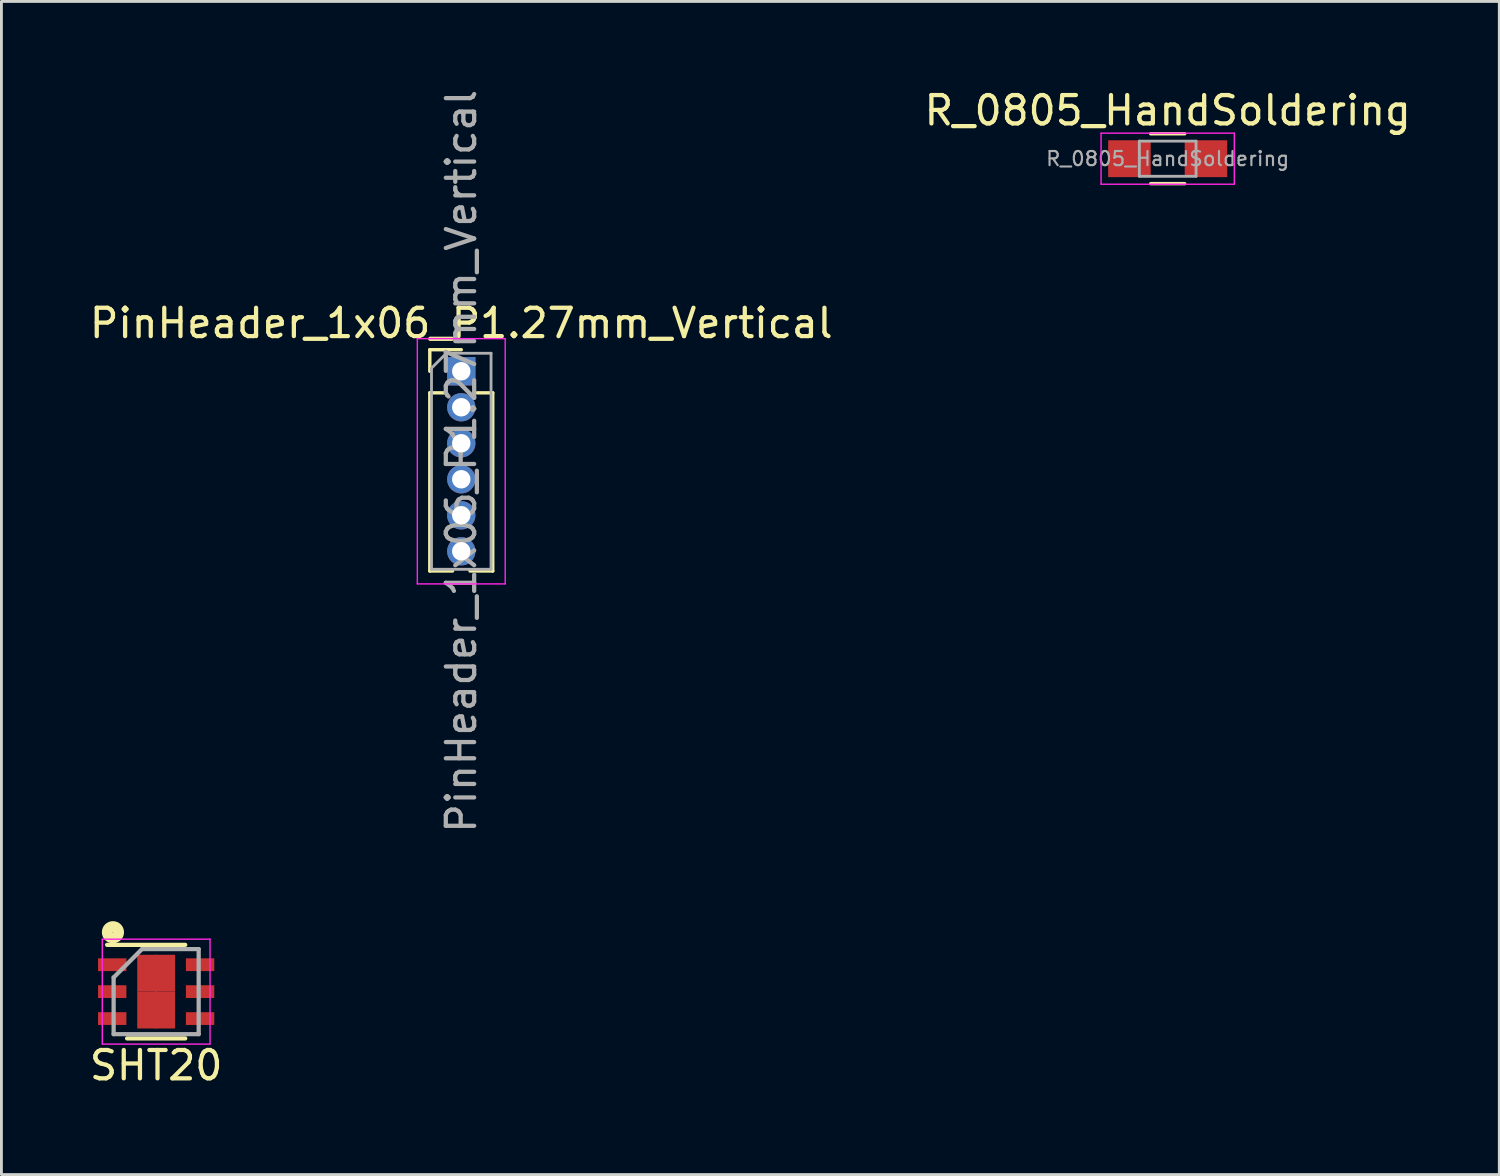
<source format=kicad_pcb>
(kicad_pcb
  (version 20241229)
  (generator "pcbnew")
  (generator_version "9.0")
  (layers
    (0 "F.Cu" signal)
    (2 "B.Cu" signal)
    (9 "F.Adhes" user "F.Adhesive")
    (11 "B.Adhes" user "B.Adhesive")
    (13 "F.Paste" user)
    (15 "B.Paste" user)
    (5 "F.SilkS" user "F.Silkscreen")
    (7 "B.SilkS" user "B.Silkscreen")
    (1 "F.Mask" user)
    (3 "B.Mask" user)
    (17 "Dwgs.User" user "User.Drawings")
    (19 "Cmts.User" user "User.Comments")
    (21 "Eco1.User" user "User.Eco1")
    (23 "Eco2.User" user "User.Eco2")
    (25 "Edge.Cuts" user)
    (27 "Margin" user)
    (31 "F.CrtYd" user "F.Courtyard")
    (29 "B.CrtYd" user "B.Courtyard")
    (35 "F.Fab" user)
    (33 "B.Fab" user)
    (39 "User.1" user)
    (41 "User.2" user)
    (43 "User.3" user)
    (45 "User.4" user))
  (footprint "PinHeader_1x06_P1.27mm_Vertical"
    (layer "F.Cu")
    (at 13.22 10.045)
    (property "Reference" "PinHeader_1x06_P1.27mm_Vertical" (at 0 -1.695 0) (layer "F.SilkS") (effects (font (size 1 1) (thickness 0.15))))
    (attr through_hole)
    (fp_line (start -1.11 -0.76) (end 0 -0.76) (stroke (width 0.12) (type solid)) (layer "F.SilkS"))
    (fp_line (start -1.11 0) (end -1.11 -0.76) (stroke (width 0.12) (type solid)) (layer "F.SilkS"))
    (fp_line (start -1.11 0.76) (end -1.11 7.045) (stroke (width 0.12) (type solid)) (layer "F.SilkS"))
    (fp_line (start -1.11 0.76) (end -0.563 0.76) (stroke (width 0.12) (type solid)) (layer "F.SilkS"))
    (fp_line (start -1.11 7.045) (end -0.308 7.045) (stroke (width 0.12) (type solid)) (layer "F.SilkS"))
    (fp_line (start 0.308 7.045) (end 1.11 7.045) (stroke (width 0.12) (type solid)) (layer "F.SilkS"))
    (fp_line (start 0.563 0.76) (end 1.11 0.76) (stroke (width 0.12) (type solid)) (layer "F.SilkS"))
    (fp_line (start 1.11 0.76) (end 1.11 7.045) (stroke (width 0.12) (type solid)) (layer "F.SilkS"))
    (fp_line (start -1.55 -1.15) (end -1.55 7.5) (stroke (width 0.05) (type solid)) (layer "F.CrtYd"))
    (fp_line (start -1.55 7.5) (end 1.55 7.5) (stroke (width 0.05) (type solid)) (layer "F.CrtYd"))
    (fp_line (start 1.55 -1.15) (end -1.55 -1.15) (stroke (width 0.05) (type solid)) (layer "F.CrtYd"))
    (fp_line (start 1.55 7.5) (end 1.55 -1.15) (stroke (width 0.05) (type solid)) (layer "F.CrtYd"))
    (fp_line (start -1.05 -0.11) (end -0.525 -0.635) (stroke (width 0.1) (type solid)) (layer "F.Fab"))
    (fp_line (start -1.05 6.985) (end -1.05 -0.11) (stroke (width 0.1) (type solid)) (layer "F.Fab"))
    (fp_line (start -0.525 -0.635) (end 1.05 -0.635) (stroke (width 0.1) (type solid)) (layer "F.Fab"))
    (fp_line (start 1.05 -0.635) (end 1.05 6.985) (stroke (width 0.1) (type solid)) (layer "F.Fab"))
    (fp_line (start 1.05 6.985) (end -1.05 6.985) (stroke (width 0.1) (type solid)) (layer "F.Fab"))
    (fp_text user "${REFERENCE}" (at 0 3.175 90) (layer "F.Fab") (effects (font (size 1 1) (thickness 0.15))))
    (pad "1" thru_hole rect (at 0 0) (size 1 1) (drill 0.65) (layers "*.Cu" "*.Mask"))
    (pad "2" thru_hole oval (at 0 1.27) (size 1 1) (drill 0.65) (layers "*.Cu" "*.Mask"))
    (pad "3" thru_hole oval (at 0 2.54) (size 1 1) (drill 0.65) (layers "*.Cu" "*.Mask"))
    (pad "4" thru_hole oval (at 0 3.81) (size 1 1) (drill 0.65) (layers "*.Cu" "*.Mask"))
    (pad "5" thru_hole oval (at 0 5.08) (size 1 1) (drill 0.65) (layers "*.Cu" "*.Mask"))
    (pad "6" thru_hole oval (at 0 6.35) (size 1 1) (drill 0.65) (layers "*.Cu" "*.Mask")))
  (footprint "SHT20"
    (layer "F.Cu")
    (at 2.458 31.927)
    (property "Reference" "SHT20" (at 0 2.603 0) (layer "F.SilkS") (effects (font (size 1 1) (thickness 0.15))))
    (attr smd)
    (fp_line (start -1.73 -1.65) (end 1.025 -1.65) (stroke (width 0.15) (type solid)) (layer "F.SilkS"))
    (fp_line (start -1.025 1.65) (end 1.025 1.65) (stroke (width 0.15) (type solid)) (layer "F.SilkS"))
    (fp_circle (center -1.524 -2.095) (end -1.46 -1.905) (stroke (width 0.381) (type solid)) (fill no) (layer "F.SilkS"))
    (fp_line (start -1.9 -1.85) (end -1.9 1.85) (stroke (width 0.05) (type solid)) (layer "F.CrtYd"))
    (fp_line (start -1.9 -1.85) (end 1.9 -1.85) (stroke (width 0.05) (type solid)) (layer "F.CrtYd"))
    (fp_line (start -1.9 1.85) (end 1.9 1.85) (stroke (width 0.05) (type solid)) (layer "F.CrtYd"))
    (fp_line (start 1.9 -1.85) (end 1.9 1.85) (stroke (width 0.05) (type solid)) (layer "F.CrtYd"))
    (fp_line (start -1.5 -0.5) (end -0.5 -1.5) (stroke (width 0.15) (type solid)) (layer "F.Fab"))
    (fp_line (start -1.5 1.5) (end -1.5 -0.5) (stroke (width 0.15) (type solid)) (layer "F.Fab"))
    (fp_line (start -0.5 -1.5) (end 1.5 -1.5) (stroke (width 0.15) (type solid)) (layer "F.Fab"))
    (fp_line (start 1.5 -1.5) (end 1.5 1.5) (stroke (width 0.15) (type solid)) (layer "F.Fab"))
    (fp_line (start 1.5 1.5) (end -1.5 1.5) (stroke (width 0.15) (type solid)) (layer "F.Fab"))
    (pad "1" smd rect (at -1.55 -0.95) (size 1 0.45) (layers "F.Cu" "F.Mask" "F.Paste"))
    (pad "2" smd rect (at -1.55 0) (size 1 0.45) (layers "F.Cu" "F.Mask" "F.Paste"))
    (pad "3" smd rect (at -1.55 0.95) (size 1 0.45) (layers "F.Cu" "F.Mask" "F.Paste"))
    (pad "4" smd rect (at 1.55 0.95) (size 1 0.45) (layers "F.Cu" "F.Mask" "F.Paste"))
    (pad "5" smd rect (at 1.55 0) (size 1 0.45) (layers "F.Cu" "F.Mask" "F.Paste"))
    (pad "6" smd rect (at 1.55 -0.95) (size 1 0.45) (layers "F.Cu" "F.Mask" "F.Paste"))
    (pad "PAD" smd rect (at -0.318 -0.65) (size 0.7 1.3) (layers "F.Cu" "F.Mask" "F.Paste"))
    (pad "PAD" smd rect (at -0.318 0.65) (size 0.7 1.3) (layers "F.Cu" "F.Mask" "F.Paste"))
    (pad "PAD" smd rect (at 0.318 -0.65) (size 0.7 1.3) (layers "F.Cu" "F.Mask" "F.Paste"))
    (pad "PAD" smd rect (at 0.318 0.65) (size 0.7 1.3) (layers "F.Cu" "F.Mask" "F.Paste")))
  (footprint "R_0805_HandSoldering"
    (layer "F.Cu")
    (at 38.137 2.548)
    (property "Reference" "R_0805_HandSoldering" (at 0 -1.7 0) (layer "F.SilkS") (effects (font (size 1 1) (thickness 0.15))))
    (attr smd)
    (fp_line (start -0.6 -0.88) (end 0.6 -0.88) (stroke (width 0.12) (type solid)) (layer "F.SilkS"))
    (fp_line (start 0.6 0.88) (end -0.6 0.88) (stroke (width 0.12) (type solid)) (layer "F.SilkS"))
    (fp_line (start -2.35 -0.9) (end -2.35 0.9) (stroke (width 0.05) (type solid)) (layer "F.CrtYd"))
    (fp_line (start -2.35 -0.9) (end 2.35 -0.9) (stroke (width 0.05) (type solid)) (layer "F.CrtYd"))
    (fp_line (start 2.35 0.9) (end -2.35 0.9) (stroke (width 0.05) (type solid)) (layer "F.CrtYd"))
    (fp_line (start 2.35 0.9) (end 2.35 -0.9) (stroke (width 0.05) (type solid)) (layer "F.CrtYd"))
    (fp_line (start -1 -0.62) (end 1 -0.62) (stroke (width 0.1) (type solid)) (layer "F.Fab"))
    (fp_line (start -1 0.62) (end -1 -0.62) (stroke (width 0.1) (type solid)) (layer "F.Fab"))
    (fp_line (start 1 -0.62) (end 1 0.62) (stroke (width 0.1) (type solid)) (layer "F.Fab"))
    (fp_line (start 1 0.62) (end -1 0.62) (stroke (width 0.1) (type solid)) (layer "F.Fab"))
    (fp_text user "${REFERENCE}" (at 0 0 0) (layer "F.Fab") (effects (font (size 0.5 0.5) (thickness 0.075))))
    (pad "1" smd rect (at -1.35 0) (size 1.5 1.3) (layers "F.Cu" "F.Mask" "F.Paste"))
    (pad "2" smd rect (at 1.35 0) (size 1.5 1.3) (layers "F.Cu" "F.Mask" "F.Paste")))
  (gr_rect
    (start -3 -3)
    (end 49.833 38.379)
    (stroke (width 0.1) (type default))
    (fill no)
    (layer "Edge.Cuts")))
</source>
